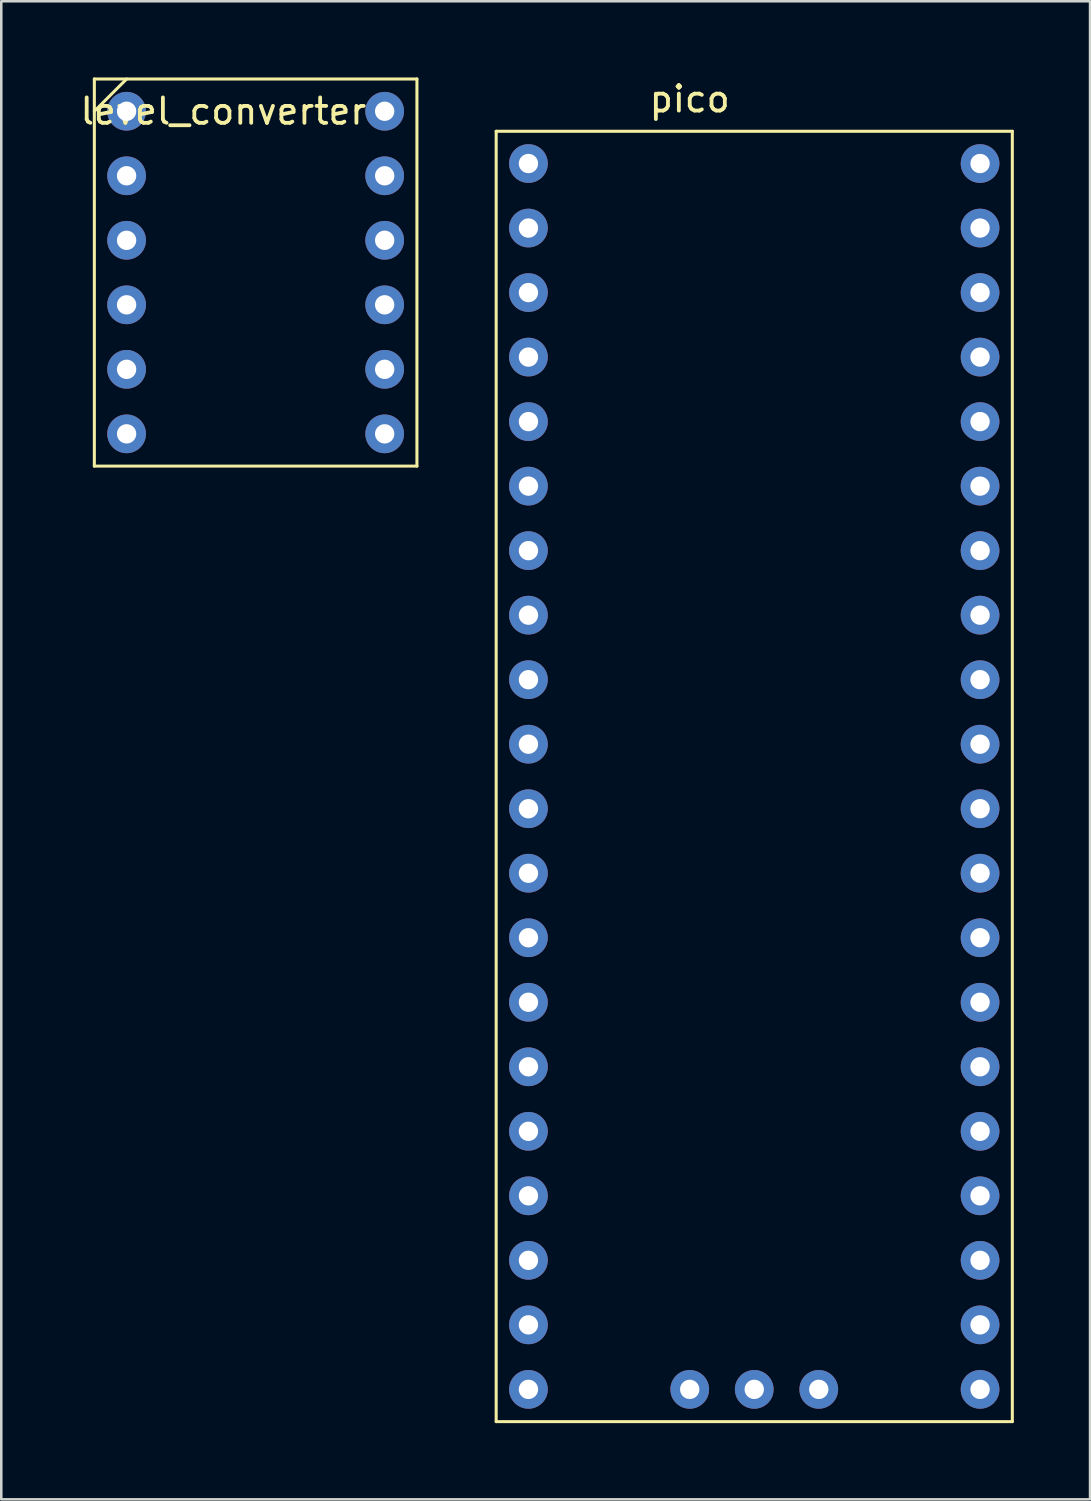
<source format=kicad_pcb>
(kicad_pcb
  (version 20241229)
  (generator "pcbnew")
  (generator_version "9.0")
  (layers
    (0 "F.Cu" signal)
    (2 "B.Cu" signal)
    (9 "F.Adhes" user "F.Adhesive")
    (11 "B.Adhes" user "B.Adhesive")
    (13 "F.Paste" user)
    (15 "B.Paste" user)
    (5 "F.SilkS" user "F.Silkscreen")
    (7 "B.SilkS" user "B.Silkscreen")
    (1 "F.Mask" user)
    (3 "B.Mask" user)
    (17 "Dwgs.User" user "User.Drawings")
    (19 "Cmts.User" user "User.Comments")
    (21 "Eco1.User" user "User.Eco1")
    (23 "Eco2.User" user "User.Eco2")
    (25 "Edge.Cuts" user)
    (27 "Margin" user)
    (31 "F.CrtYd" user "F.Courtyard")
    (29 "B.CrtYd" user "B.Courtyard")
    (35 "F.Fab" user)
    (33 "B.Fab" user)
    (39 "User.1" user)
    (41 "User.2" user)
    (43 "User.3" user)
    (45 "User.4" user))
  (footprint "level_converter"
    (layer "F.Cu")
    (at 7.014 7.68)
    (property "Reference" "level_converter" (at -1.27 -6.35 0) (layer "F.SilkS") (effects (font (size 1 1) (thickness 0.15))))
    (attr through_hole)
    (fp_line (start -6.35 -7.62) (end 6.35 -7.62) (stroke (width 0.12) (type solid)) (layer "F.SilkS"))
    (fp_line (start -6.35 -6.35) (end -5.08 -7.62) (stroke (width 0.12) (type solid)) (layer "F.SilkS"))
    (fp_line (start -6.35 7.62) (end -6.35 -7.62) (stroke (width 0.12) (type solid)) (layer "F.SilkS"))
    (fp_line (start 6.35 -7.62) (end 6.35 7.62) (stroke (width 0.12) (type solid)) (layer "F.SilkS"))
    (fp_line (start 6.35 7.62) (end -6.35 7.62) (stroke (width 0.12) (type solid)) (layer "F.SilkS"))
    (pad "1" thru_hole circle (at -5.08 -6.35) (size 1.524 1.524) (drill 0.762) (layers "*.Cu" "*.Mask"))
    (pad "2" thru_hole circle (at -5.08 -3.81) (size 1.524 1.524) (drill 0.762) (layers "*.Cu" "*.Mask"))
    (pad "3" thru_hole circle (at -5.08 -1.27) (size 1.524 1.524) (drill 0.762) (layers "*.Cu" "*.Mask"))
    (pad "4" thru_hole circle (at -5.08 1.27) (size 1.524 1.524) (drill 0.762) (layers "*.Cu" "*.Mask"))
    (pad "5" thru_hole circle (at -5.08 3.81) (size 1.524 1.524) (drill 0.762) (layers "*.Cu" "*.Mask"))
    (pad "6" thru_hole circle (at -5.08 6.35) (size 1.524 1.524) (drill 0.762) (layers "*.Cu" "*.Mask"))
    (pad "7" thru_hole circle (at 5.08 6.35) (size 1.524 1.524) (drill 0.762) (layers "*.Cu" "*.Mask"))
    (pad "8" thru_hole circle (at 5.08 3.81) (size 1.524 1.524) (drill 0.762) (layers "*.Cu" "*.Mask"))
    (pad "9" thru_hole circle (at 5.08 1.27) (size 1.524 1.524) (drill 0.762) (layers "*.Cu" "*.Mask"))
    (pad "10" thru_hole circle (at 5.08 -1.27) (size 1.524 1.524) (drill 0.762) (layers "*.Cu" "*.Mask"))
    (pad "11" thru_hole circle (at 5.08 -3.81) (size 1.524 1.524) (drill 0.762) (layers "*.Cu" "*.Mask"))
    (pad "12" thru_hole circle (at 5.08 -6.35) (size 1.524 1.524) (drill 0.762) (layers "*.Cu" "*.Mask")))
  (footprint "pico"
    (layer "F.Cu")
    (at 26.644 27.518)
    (property "Reference" "pico" (at -2.54 -26.67 0) (layer "F.SilkS") (effects (font (size 1 1) (thickness 0.15))))
    (attr through_hole)
    (fp_line (start -10.16 -25.4) (end 10.16 -25.4) (stroke (width 0.12) (type solid)) (layer "F.SilkS"))
    (fp_line (start -10.16 25.4) (end -10.16 -25.4) (stroke (width 0.12) (type solid)) (layer "F.SilkS"))
    (fp_line (start 10.16 -25.4) (end 10.16 25.4) (stroke (width 0.12) (type solid)) (layer "F.SilkS"))
    (fp_line (start 10.16 25.4) (end -10.16 25.4) (stroke (width 0.12) (type solid)) (layer "F.SilkS"))
    (pad "1" thru_hole circle (at -8.89 -24.13) (size 1.524 1.524) (drill 0.762) (layers "*.Cu" "*.Mask"))
    (pad "2" thru_hole circle (at -8.89 -21.59) (size 1.524 1.524) (drill 0.762) (layers "*.Cu" "*.Mask"))
    (pad "3" thru_hole circle (at -8.89 -19.05) (size 1.524 1.524) (drill 0.762) (layers "*.Cu" "*.Mask"))
    (pad "4" thru_hole circle (at -8.89 -16.51) (size 1.524 1.524) (drill 0.762) (layers "*.Cu" "*.Mask"))
    (pad "5" thru_hole circle (at -8.89 -13.97) (size 1.524 1.524) (drill 0.762) (layers "*.Cu" "*.Mask"))
    (pad "6" thru_hole circle (at -8.89 -11.43) (size 1.524 1.524) (drill 0.762) (layers "*.Cu" "*.Mask"))
    (pad "7" thru_hole circle (at -8.89 -8.89) (size 1.524 1.524) (drill 0.762) (layers "*.Cu" "*.Mask"))
    (pad "8" thru_hole circle (at -8.89 -6.35) (size 1.524 1.524) (drill 0.762) (layers "*.Cu" "*.Mask"))
    (pad "9" thru_hole circle (at -8.89 -3.81) (size 1.524 1.524) (drill 0.762) (layers "*.Cu" "*.Mask"))
    (pad "10" thru_hole circle (at -8.89 -1.27) (size 1.524 1.524) (drill 0.762) (layers "*.Cu" "*.Mask"))
    (pad "11" thru_hole circle (at -8.89 1.27) (size 1.524 1.524) (drill 0.762) (layers "*.Cu" "*.Mask"))
    (pad "12" thru_hole circle (at -8.89 3.81) (size 1.524 1.524) (drill 0.762) (layers "*.Cu" "*.Mask"))
    (pad "13" thru_hole circle (at -8.89 6.35) (size 1.524 1.524) (drill 0.762) (layers "*.Cu" "*.Mask"))
    (pad "14" thru_hole circle (at -8.89 8.89) (size 1.524 1.524) (drill 0.762) (layers "*.Cu" "*.Mask"))
    (pad "15" thru_hole circle (at -8.89 11.43) (size 1.524 1.524) (drill 0.762) (layers "*.Cu" "*.Mask"))
    (pad "16" thru_hole circle (at -8.89 13.97) (size 1.524 1.524) (drill 0.762) (layers "*.Cu" "*.Mask"))
    (pad "17" thru_hole circle (at -8.89 16.51) (size 1.524 1.524) (drill 0.762) (layers "*.Cu" "*.Mask"))
    (pad "18" thru_hole circle (at -8.89 19.05) (size 1.524 1.524) (drill 0.762) (layers "*.Cu" "*.Mask"))
    (pad "19" thru_hole circle (at -8.89 21.59) (size 1.524 1.524) (drill 0.762) (layers "*.Cu" "*.Mask"))
    (pad "20" thru_hole circle (at -8.89 24.13) (size 1.524 1.524) (drill 0.762) (layers "*.Cu" "*.Mask"))
    (pad "21" thru_hole circle (at 8.89 24.13) (size 1.524 1.524) (drill 0.762) (layers "*.Cu" "*.Mask"))
    (pad "22" thru_hole circle (at 8.89 21.59) (size 1.524 1.524) (drill 0.762) (layers "*.Cu" "*.Mask"))
    (pad "23" thru_hole circle (at 8.89 19.05) (size 1.524 1.524) (drill 0.762) (layers "*.Cu" "*.Mask"))
    (pad "24" thru_hole circle (at 8.89 16.51) (size 1.524 1.524) (drill 0.762) (layers "*.Cu" "*.Mask"))
    (pad "25" thru_hole circle (at 8.89 13.97) (size 1.524 1.524) (drill 0.762) (layers "*.Cu" "*.Mask"))
    (pad "26" thru_hole circle (at 8.89 11.43) (size 1.524 1.524) (drill 0.762) (layers "*.Cu" "*.Mask"))
    (pad "27" thru_hole circle (at 8.89 8.89) (size 1.524 1.524) (drill 0.762) (layers "*.Cu" "*.Mask"))
    (pad "28" thru_hole circle (at 8.89 6.35) (size 1.524 1.524) (drill 0.762) (layers "*.Cu" "*.Mask"))
    (pad "29" thru_hole circle (at 8.89 3.81) (size 1.524 1.524) (drill 0.762) (layers "*.Cu" "*.Mask"))
    (pad "30" thru_hole circle (at 8.89 1.27) (size 1.524 1.524) (drill 0.762) (layers "*.Cu" "*.Mask"))
    (pad "31" thru_hole circle (at 8.89 -1.27) (size 1.524 1.524) (drill 0.762) (layers "*.Cu" "*.Mask"))
    (pad "32" thru_hole circle (at 8.89 -3.81) (size 1.524 1.524) (drill 0.762) (layers "*.Cu" "*.Mask"))
    (pad "33" thru_hole circle (at 8.89 -6.35) (size 1.524 1.524) (drill 0.762) (layers "*.Cu" "*.Mask"))
    (pad "34" thru_hole circle (at 8.89 -8.89) (size 1.524 1.524) (drill 0.762) (layers "*.Cu" "*.Mask"))
    (pad "35" thru_hole circle (at 8.89 -11.43) (size 1.524 1.524) (drill 0.762) (layers "*.Cu" "*.Mask"))
    (pad "36" thru_hole circle (at 8.89 -13.97) (size 1.524 1.524) (drill 0.762) (layers "*.Cu" "*.Mask"))
    (pad "37" thru_hole circle (at 8.89 -16.51) (size 1.524 1.524) (drill 0.762) (layers "*.Cu" "*.Mask"))
    (pad "38" thru_hole circle (at 8.89 -19.05) (size 1.524 1.524) (drill 0.762) (layers "*.Cu" "*.Mask"))
    (pad "39" thru_hole circle (at 8.89 -21.59) (size 1.524 1.524) (drill 0.762) (layers "*.Cu" "*.Mask"))
    (pad "40" thru_hole circle (at 8.89 -24.13) (size 1.524 1.524) (drill 0.762) (layers "*.Cu" "*.Mask"))
    (pad "41" thru_hole circle (at -2.54 24.13) (size 1.524 1.524) (drill 0.762) (layers "*.Cu" "*.Mask"))
    (pad "42" thru_hole circle (at 0 24.13) (size 1.524 1.524) (drill 0.762) (layers "*.Cu" "*.Mask"))
    (pad "43" thru_hole circle (at 2.54 24.13) (size 1.524 1.524) (drill 0.762) (layers "*.Cu" "*.Mask")))
  (gr_rect
    (start -3 -3)
    (end 39.864 55.978)
    (stroke (width 0.1) (type default))
    (fill no)
    (layer "Edge.Cuts")))
</source>
